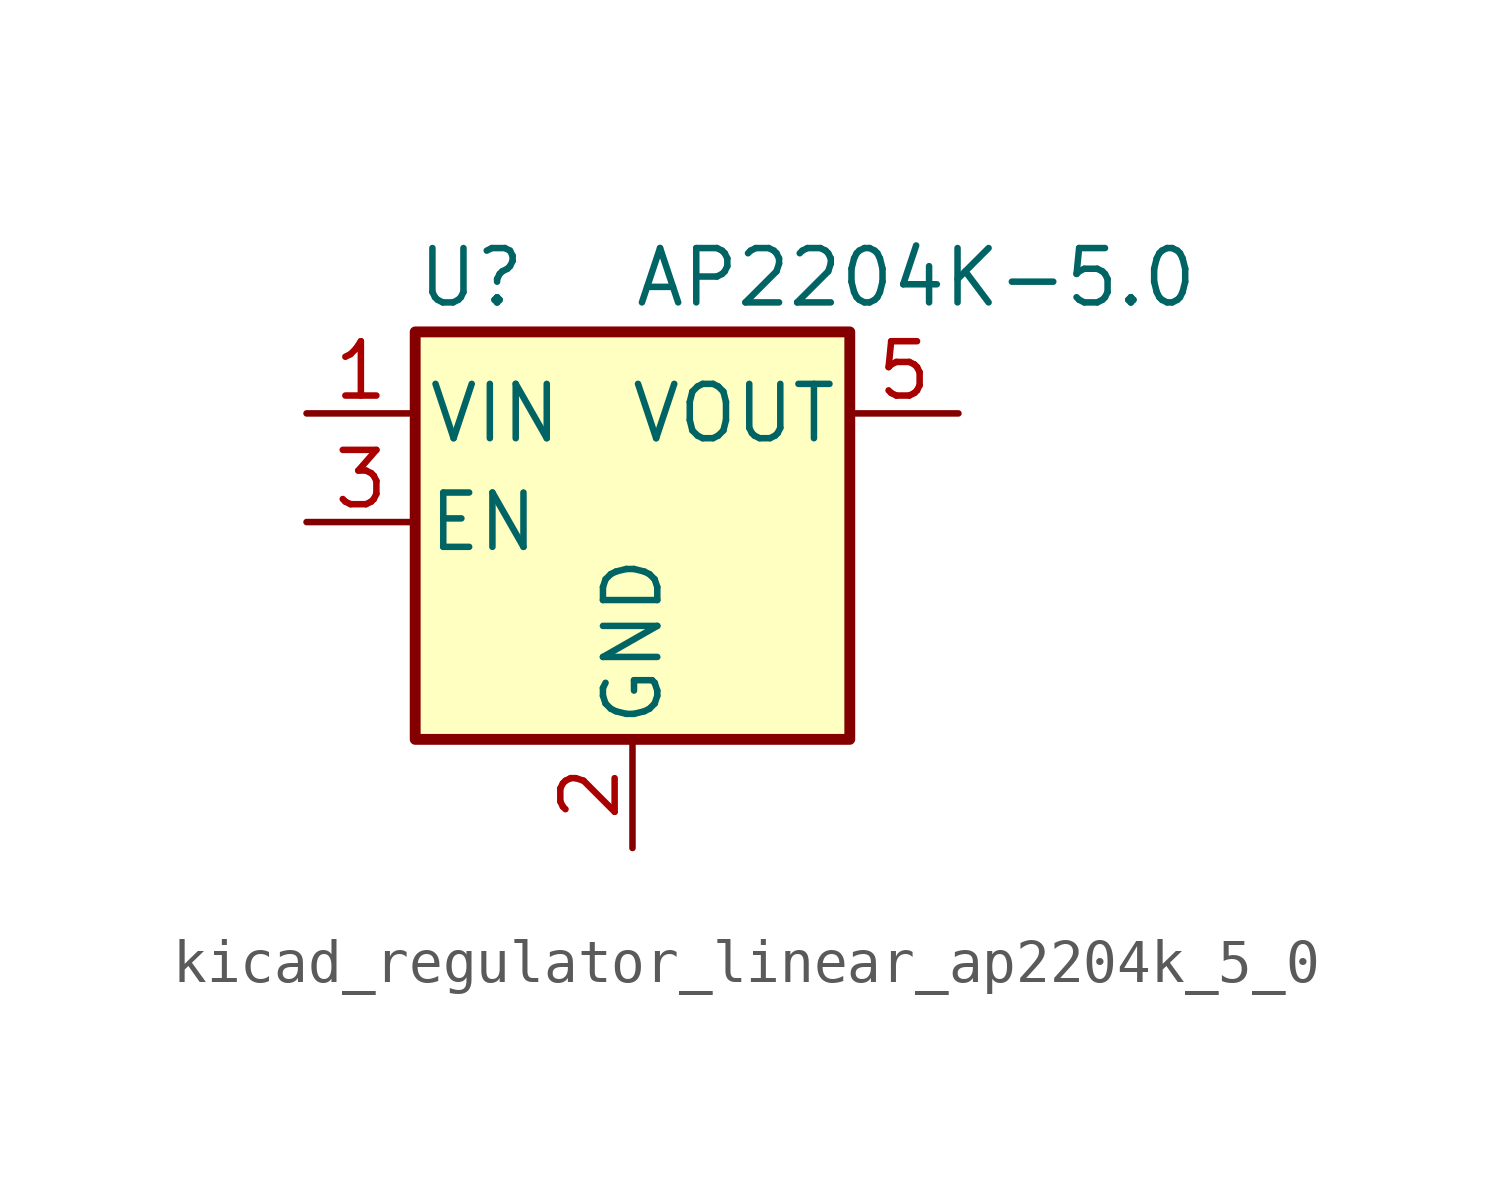
<source format=kicad_sym>
(kicad_symbol_lib
  (version 20220914)
  (generator kicad_symbol_editor)
  (symbol "kicad_regulator_linear_ap2204k_5_0"
    (pin_names
      (offset 0.254))
    (property "Reference" "U"
      (at -5.08 5.715 0)
      (effects (font (size 1.27 1.27)) (justify left)))
    (property "Value" "AP2204K-5.0"
      (at 0 5.715 0)
      (effects (font (size 1.27 1.27)) (justify left)))
    (symbol "kicad_regulator_linear_ap2204k_5_0_0_1"
      (rectangle (start -5.08 4.445) (end 5.08 -5.08) (stroke (width 0.254) (type default)) (fill (type background))))
    (symbol "kicad_regulator_linear_ap2204k_5_0_1_1"
      (pin power_in line (at -7.62 2.54 0) (length 2.54) (name "VIN" (effects (font (size 1.27 1.27)))) (number "1" (effects (font (size 1.27 1.27)))))
      (pin power_in line (at 0 -7.62 90) (length 2.54) (name "GND" (effects (font (size 1.27 1.27)))) (number "2" (effects (font (size 1.27 1.27)))))
      (pin input line (at -7.62 0 0) (length 2.54) (name "EN" (effects (font (size 1.27 1.27)))) (number "3" (effects (font (size 1.27 1.27)))))
      (pin no_connect line (at 5.08 0 180) (length 2.54) hide (name "NC" (effects (font (size 1.27 1.27)))) (number "4" (effects (font (size 1.27 1.27)))))
      (pin power_out line (at 7.62 2.54 180) (length 2.54) (name "VOUT" (effects (font (size 1.27 1.27)))) (number "5" (effects (font (size 1.27 1.27))))))))
</source>
